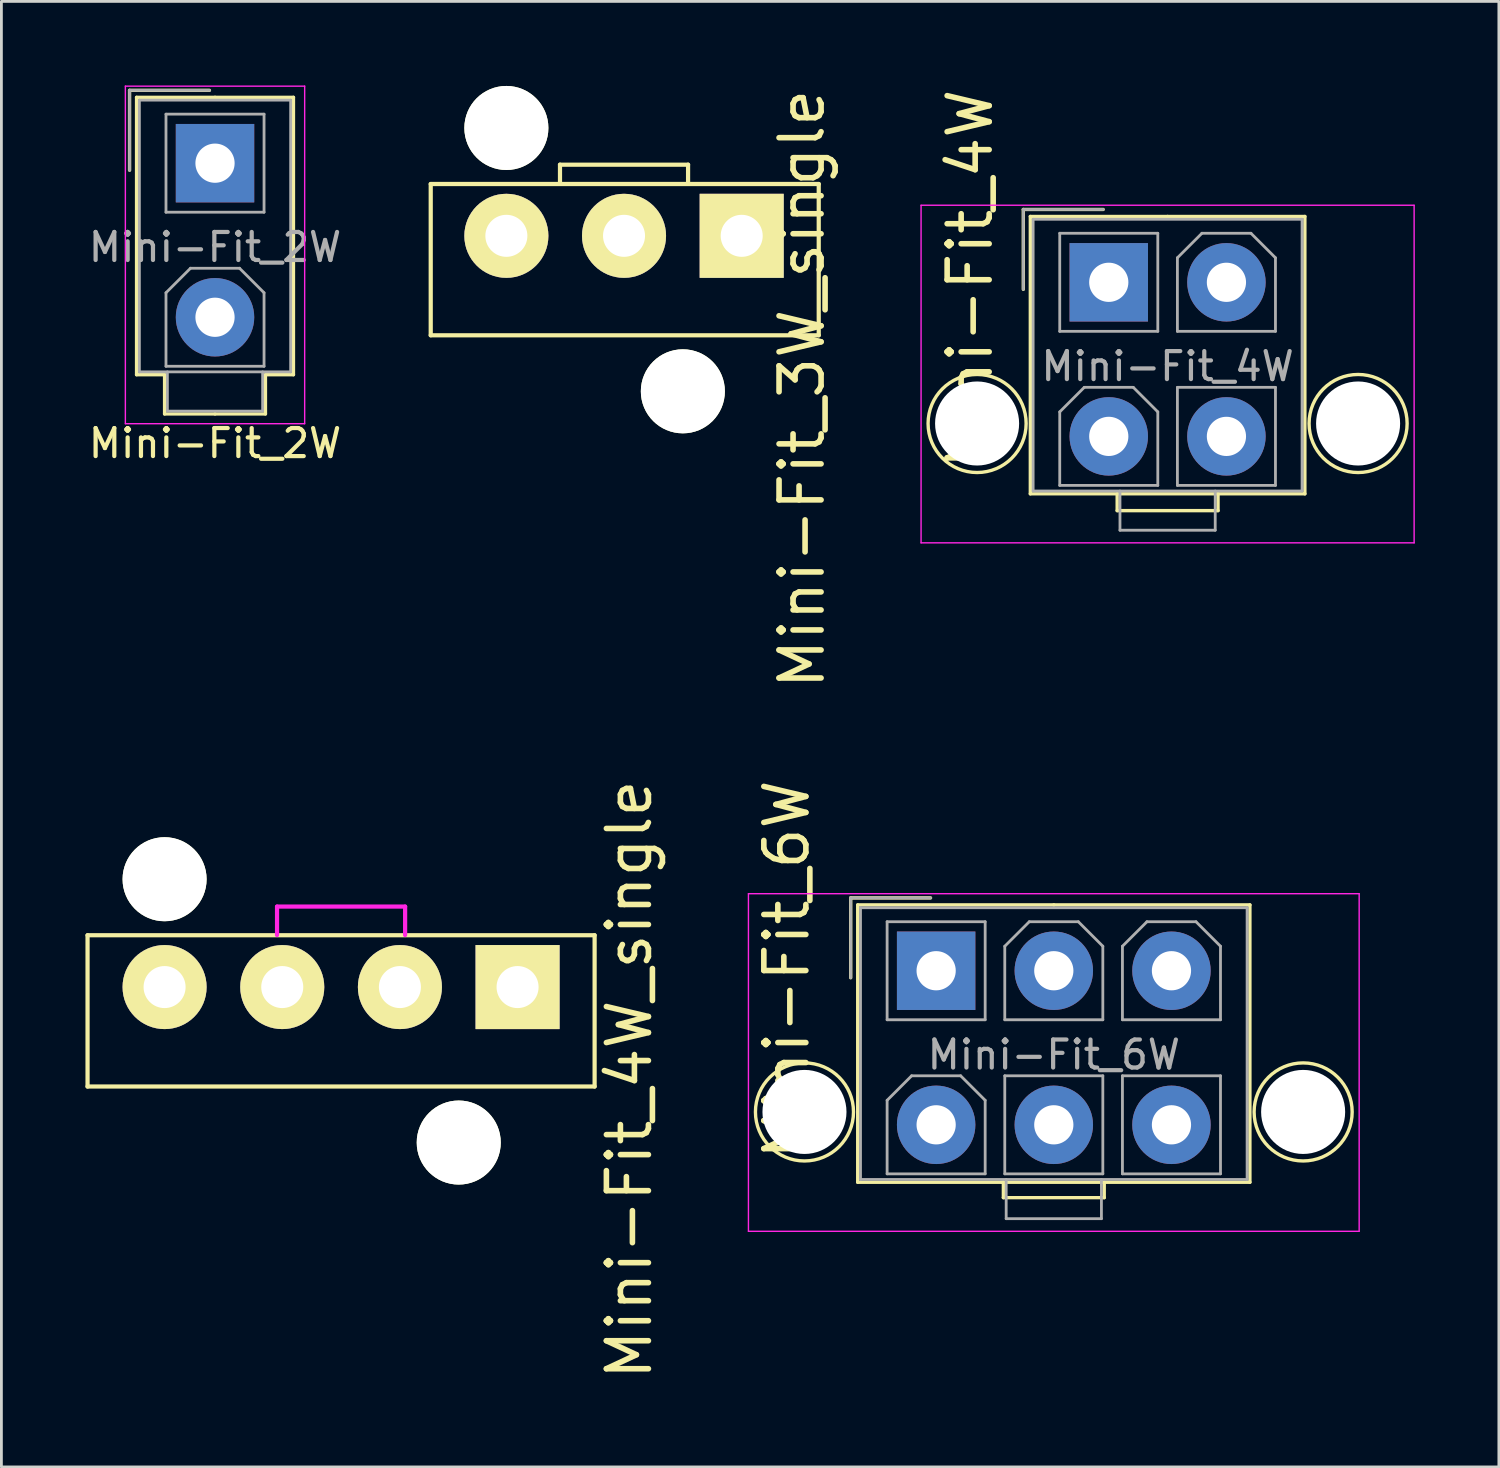
<source format=kicad_pcb>
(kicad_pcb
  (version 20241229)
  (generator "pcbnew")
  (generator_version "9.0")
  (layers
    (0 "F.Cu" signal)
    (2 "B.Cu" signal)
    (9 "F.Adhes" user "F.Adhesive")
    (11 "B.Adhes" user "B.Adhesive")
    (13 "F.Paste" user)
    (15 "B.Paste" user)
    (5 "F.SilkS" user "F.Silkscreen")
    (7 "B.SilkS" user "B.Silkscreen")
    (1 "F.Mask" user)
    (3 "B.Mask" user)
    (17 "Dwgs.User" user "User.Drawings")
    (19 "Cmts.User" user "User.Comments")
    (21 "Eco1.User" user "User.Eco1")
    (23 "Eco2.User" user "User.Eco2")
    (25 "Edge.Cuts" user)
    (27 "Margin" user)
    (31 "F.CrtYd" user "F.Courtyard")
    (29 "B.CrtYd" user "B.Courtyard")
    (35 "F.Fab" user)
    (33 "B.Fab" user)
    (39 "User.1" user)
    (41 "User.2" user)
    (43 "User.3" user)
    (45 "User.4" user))
  (footprint "Mini-Fit_2W"
    (layer "F.Cu")
    (at 4.625 2.775)
    (property "Reference" "Mini-Fit_2W" (at 0 10 0) (layer "F.SilkS") (effects (font (size 1 1) (thickness 0.15))))
    (attr through_hole)
    (fp_line (start -3.05 -2.6) (end -3.05 0.25) (stroke (width 0.12) (type solid)) (layer "F.SilkS"))
    (fp_line (start -2.8 -2.35) (end -2.8 7.55) (stroke (width 0.12) (type solid)) (layer "F.SilkS"))
    (fp_line (start -2.8 7.55) (end -1.8 7.55) (stroke (width 0.12) (type solid)) (layer "F.SilkS"))
    (fp_line (start -1.8 7.55) (end -1.8 8.95) (stroke (width 0.12) (type solid)) (layer "F.SilkS"))
    (fp_line (start -1.8 8.95) (end 0 8.95) (stroke (width 0.12) (type solid)) (layer "F.SilkS"))
    (fp_line (start -0.2 -2.6) (end -3.05 -2.6) (stroke (width 0.12) (type solid)) (layer "F.SilkS"))
    (fp_line (start 0 -2.35) (end -2.8 -2.35) (stroke (width 0.12) (type solid)) (layer "F.SilkS"))
    (fp_line (start 0 -2.35) (end 2.8 -2.35) (stroke (width 0.12) (type solid)) (layer "F.SilkS"))
    (fp_line (start 1.8 7.55) (end 1.8 8.95) (stroke (width 0.12) (type solid)) (layer "F.SilkS"))
    (fp_line (start 1.8 8.95) (end 0 8.95) (stroke (width 0.12) (type solid)) (layer "F.SilkS"))
    (fp_line (start 2.8 -2.35) (end 2.8 7.55) (stroke (width 0.12) (type solid)) (layer "F.SilkS"))
    (fp_line (start 2.8 7.55) (end 1.8 7.55) (stroke (width 0.12) (type solid)) (layer "F.SilkS"))
    (fp_line (start -3.2 -2.75) (end -3.2 9.3) (stroke (width 0.05) (type solid)) (layer "F.CrtYd"))
    (fp_line (start -3.2 9.3) (end 3.2 9.3) (stroke (width 0.05) (type solid)) (layer "F.CrtYd"))
    (fp_line (start 3.2 -2.75) (end -3.2 -2.75) (stroke (width 0.05) (type solid)) (layer "F.CrtYd"))
    (fp_line (start 3.2 9.3) (end 3.2 -2.75) (stroke (width 0.05) (type solid)) (layer "F.CrtYd"))
    (fp_line (start -3.05 -2.6) (end -3.05 0.25) (stroke (width 0.1) (type solid)) (layer "F.Fab"))
    (fp_line (start -2.7 -2.25) (end -2.7 7.45) (stroke (width 0.1) (type solid)) (layer "F.Fab"))
    (fp_line (start -2.7 7.45) (end 2.7 7.45) (stroke (width 0.1) (type solid)) (layer "F.Fab"))
    (fp_line (start -1.75 -1.75) (end -1.75 1.75) (stroke (width 0.1) (type solid)) (layer "F.Fab"))
    (fp_line (start -1.75 1.75) (end 1.75 1.75) (stroke (width 0.1) (type solid)) (layer "F.Fab"))
    (fp_line (start -1.75 4.625) (end -0.875 3.75) (stroke (width 0.1) (type solid)) (layer "F.Fab"))
    (fp_line (start -1.75 7.25) (end -1.75 4.625) (stroke (width 0.1) (type solid)) (layer "F.Fab"))
    (fp_line (start -1.7 7.45) (end -1.7 8.85) (stroke (width 0.1) (type solid)) (layer "F.Fab"))
    (fp_line (start -1.7 8.85) (end 1.7 8.85) (stroke (width 0.1) (type solid)) (layer "F.Fab"))
    (fp_line (start -0.875 3.75) (end 0.875 3.75) (stroke (width 0.1) (type solid)) (layer "F.Fab"))
    (fp_line (start -0.2 -2.6) (end -3.05 -2.6) (stroke (width 0.1) (type solid)) (layer "F.Fab"))
    (fp_line (start 0.875 3.75) (end 1.75 4.625) (stroke (width 0.1) (type solid)) (layer "F.Fab"))
    (fp_line (start 1.7 8.85) (end 1.7 7.45) (stroke (width 0.1) (type solid)) (layer "F.Fab"))
    (fp_line (start 1.75 -1.75) (end -1.75 -1.75) (stroke (width 0.1) (type solid)) (layer "F.Fab"))
    (fp_line (start 1.75 1.75) (end 1.75 -1.75) (stroke (width 0.1) (type solid)) (layer "F.Fab"))
    (fp_line (start 1.75 4.625) (end 1.75 7.25) (stroke (width 0.1) (type solid)) (layer "F.Fab"))
    (fp_line (start 1.75 7.25) (end -1.75 7.25) (stroke (width 0.1) (type solid)) (layer "F.Fab"))
    (fp_line (start 2.7 -2.25) (end -2.7 -2.25) (stroke (width 0.1) (type solid)) (layer "F.Fab"))
    (fp_line (start 2.7 7.45) (end 2.7 -2.25) (stroke (width 0.1) (type solid)) (layer "F.Fab"))
    (fp_text user "${REFERENCE}" (at 0 3 0) (layer "F.Fab") (effects (font (size 1 1) (thickness 0.15))))
    (pad "1" thru_hole rect (at 0 0) (size 2.8 2.8) (drill 1.4) (layers "*.Cu" "*.Mask"))
    (pad "2" thru_hole circle (at 0 5.5) (size 2.8 2.8) (drill 1.4) (layers "*.Cu" "*.Mask")))
  (footprint "Mini-Fit_3W_single"
    (layer "F.Cu")
    (at 19.225 5.368)
    (property "Reference" "Mini-Fit_3W_single" (at 6.35 5.461 270) (layer "F.SilkS") (effects (font (size 1.5 1.5) (thickness 0.2))))
    (attr through_hole)
    (fp_line (start -6.9 -1.85) (end 6.95 -1.85) (stroke (width 0.15) (type solid)) (layer "F.SilkS"))
    (fp_line (start -6.9 3.55) (end -6.9 -1.85) (stroke (width 0.15) (type solid)) (layer "F.SilkS"))
    (fp_line (start -6.9 3.55) (end 6.95 3.55) (stroke (width 0.15) (type solid)) (layer "F.SilkS"))
    (fp_line (start -2.286 -2.54) (end 2.286 -2.54) (stroke (width 0.15) (type solid)) (layer "F.SilkS"))
    (fp_line (start -2.286 -1.857) (end -2.286 -2.54) (stroke (width 0.15) (type solid)) (layer "F.SilkS"))
    (fp_line (start 2.286 -2.54) (end 2.286 -1.857) (stroke (width 0.15) (type solid)) (layer "F.SilkS"))
    (fp_line (start 6.95 3.55) (end 6.95 -1.85) (stroke (width 0.15) (type solid)) (layer "F.SilkS"))
    (pad "" np_thru_hole circle (at -4.2 -3.85) (size 3 3) (drill 3) (layers "*.Cu" "*.Mask" "F.SilkS"))
    (pad "" np_thru_hole circle (at 2.1 5.55) (size 3 3) (drill 3) (layers "*.Cu" "*.Mask" "F.SilkS"))
    (pad "1" thru_hole rect (at 4.2 0) (size 3 3) (drill 1.5) (layers "*.Cu" "*.Mask" "F.SilkS"))
    (pad "2" thru_hole circle (at 0 0) (size 3 3) (drill 1.5) (layers "*.Cu" "*.Mask" "F.SilkS"))
    (pad "3" thru_hole circle (at -4.2 0) (size 3 3) (drill 1.5) (layers "*.Cu" "*.Mask" "F.SilkS")))
  (footprint "Mini-Fit_4W"
    (layer "F.Cu")
    (at 36.528 7.027)
    (property "Reference" "Mini-Fit_4W" (at -4.953 -0.127 90) (layer "F.SilkS") (effects (font (size 1.5 1.5) (thickness 0.2))))
    (attr through_hole)
    (fp_line (start -3.05 -2.6) (end -3.05 0.25) (stroke (width 0.12) (type solid)) (layer "F.SilkS"))
    (fp_line (start -2.8 -2.35) (end -2.8 7.55) (stroke (width 0.12) (type solid)) (layer "F.SilkS"))
    (fp_line (start -0.2 -2.6) (end -3.05 -2.6) (stroke (width 0.12) (type solid)) (layer "F.SilkS"))
    (fp_line (start 0.3 7.55) (end 0.3 8.15) (stroke (width 0.12) (type solid)) (layer "F.SilkS"))
    (fp_line (start 0.3 8.15) (end 3.9 8.15) (stroke (width 0.12) (type solid)) (layer "F.SilkS"))
    (fp_line (start 2.1 -2.35) (end -2.8 -2.35) (stroke (width 0.12) (type solid)) (layer "F.SilkS"))
    (fp_line (start 2.1 -2.35) (end 7 -2.35) (stroke (width 0.12) (type solid)) (layer "F.SilkS"))
    (fp_line (start 3.9 7.55) (end 3.9 8.15) (stroke (width 0.12) (type solid)) (layer "F.SilkS"))
    (fp_line (start 7 -2.35) (end 7 7.55) (stroke (width 0.12) (type solid)) (layer "F.SilkS"))
    (fp_line (start 7 7.55) (end -2.8 7.55) (stroke (width 0.12) (type solid)) (layer "F.SilkS"))
    (fp_circle (center -4.7 5.04) (end -2.95 5.04) (stroke (width 0.12) (type solid)) (fill no) (layer "F.SilkS"))
    (fp_circle (center 8.9 5.04) (end 10.65 5.04) (stroke (width 0.12) (type solid)) (fill no) (layer "F.SilkS"))
    (fp_line (start -6.7 -2.75) (end -6.7 9.3) (stroke (width 0.05) (type solid)) (layer "F.CrtYd"))
    (fp_line (start -6.7 9.3) (end 10.9 9.3) (stroke (width 0.05) (type solid)) (layer "F.CrtYd"))
    (fp_line (start 10.9 -2.75) (end -6.7 -2.75) (stroke (width 0.05) (type solid)) (layer "F.CrtYd"))
    (fp_line (start 10.9 9.3) (end 10.9 -2.75) (stroke (width 0.05) (type solid)) (layer "F.CrtYd"))
    (fp_line (start -3.05 -2.6) (end -3.05 0.25) (stroke (width 0.1) (type solid)) (layer "F.Fab"))
    (fp_line (start -2.7 -2.25) (end -2.7 7.45) (stroke (width 0.1) (type solid)) (layer "F.Fab"))
    (fp_line (start -2.7 7.45) (end 6.9 7.45) (stroke (width 0.1) (type solid)) (layer "F.Fab"))
    (fp_line (start -1.75 -1.75) (end -1.75 1.75) (stroke (width 0.1) (type solid)) (layer "F.Fab"))
    (fp_line (start -1.75 1.75) (end 1.75 1.75) (stroke (width 0.1) (type solid)) (layer "F.Fab"))
    (fp_line (start -1.75 4.625) (end -0.875 3.75) (stroke (width 0.1) (type solid)) (layer "F.Fab"))
    (fp_line (start -1.75 7.25) (end -1.75 4.625) (stroke (width 0.1) (type solid)) (layer "F.Fab"))
    (fp_line (start -0.875 3.75) (end 0.875 3.75) (stroke (width 0.1) (type solid)) (layer "F.Fab"))
    (fp_line (start -0.2 -2.6) (end -3.05 -2.6) (stroke (width 0.1) (type solid)) (layer "F.Fab"))
    (fp_line (start 0.4 7.45) (end 0.4 8.85) (stroke (width 0.1) (type solid)) (layer "F.Fab"))
    (fp_line (start 0.4 8.85) (end 3.8 8.85) (stroke (width 0.1) (type solid)) (layer "F.Fab"))
    (fp_line (start 0.875 3.75) (end 1.75 4.625) (stroke (width 0.1) (type solid)) (layer "F.Fab"))
    (fp_line (start 1.75 -1.75) (end -1.75 -1.75) (stroke (width 0.1) (type solid)) (layer "F.Fab"))
    (fp_line (start 1.75 1.75) (end 1.75 -1.75) (stroke (width 0.1) (type solid)) (layer "F.Fab"))
    (fp_line (start 1.75 4.625) (end 1.75 7.25) (stroke (width 0.1) (type solid)) (layer "F.Fab"))
    (fp_line (start 1.75 7.25) (end -1.75 7.25) (stroke (width 0.1) (type solid)) (layer "F.Fab"))
    (fp_line (start 2.45 -0.875) (end 3.325 -1.75) (stroke (width 0.1) (type solid)) (layer "F.Fab"))
    (fp_line (start 2.45 1.75) (end 2.45 -0.875) (stroke (width 0.1) (type solid)) (layer "F.Fab"))
    (fp_line (start 2.45 3.75) (end 2.45 7.25) (stroke (width 0.1) (type solid)) (layer "F.Fab"))
    (fp_line (start 2.45 7.25) (end 5.95 7.25) (stroke (width 0.1) (type solid)) (layer "F.Fab"))
    (fp_line (start 3.325 -1.75) (end 5.075 -1.75) (stroke (width 0.1) (type solid)) (layer "F.Fab"))
    (fp_line (start 3.8 8.85) (end 3.8 7.45) (stroke (width 0.1) (type solid)) (layer "F.Fab"))
    (fp_line (start 5.075 -1.75) (end 5.95 -0.875) (stroke (width 0.1) (type solid)) (layer "F.Fab"))
    (fp_line (start 5.95 -0.875) (end 5.95 1.75) (stroke (width 0.1) (type solid)) (layer "F.Fab"))
    (fp_line (start 5.95 1.75) (end 2.45 1.75) (stroke (width 0.1) (type solid)) (layer "F.Fab"))
    (fp_line (start 5.95 3.75) (end 2.45 3.75) (stroke (width 0.1) (type solid)) (layer "F.Fab"))
    (fp_line (start 5.95 7.25) (end 5.95 3.75) (stroke (width 0.1) (type solid)) (layer "F.Fab"))
    (fp_line (start 6.9 -2.25) (end -2.7 -2.25) (stroke (width 0.1) (type solid)) (layer "F.Fab"))
    (fp_line (start 6.9 7.45) (end 6.9 -2.25) (stroke (width 0.1) (type solid)) (layer "F.Fab"))
    (fp_text user "${REFERENCE}" (at 2.1 3 0) (layer "F.Fab") (effects (font (size 1 1) (thickness 0.15))))
    (pad "" np_thru_hole circle (at -4.7 5.04) (size 3 3) (drill 3) (layers "*.Cu" "*.Mask"))
    (pad "" np_thru_hole circle (at 8.9 5.04) (size 3 3) (drill 3) (layers "*.Cu" "*.Mask"))
    (pad "1" thru_hole rect (at 0 0) (size 2.8 2.8) (drill 1.4) (layers "*.Cu" "*.Mask"))
    (pad "2" thru_hole circle (at 4.2 0) (size 2.8 2.8) (drill 1.4) (layers "*.Cu" "*.Mask"))
    (pad "3" thru_hole circle (at 0 5.5) (size 2.8 2.8) (drill 1.4) (layers "*.Cu" "*.Mask"))
    (pad "4" thru_hole circle (at 4.2 5.5) (size 2.8 2.8) (drill 1.4) (layers "*.Cu" "*.Mask")))
  (footprint "Mini-Fit_4W_single"
    (layer "F.Cu")
    (at 9.125 32.184)
    (property "Reference" "Mini-Fit_4W_single" (at 10.287 3.302 270) (layer "F.SilkS") (effects (font (size 1.5 1.5) (thickness 0.2))))
    (attr through_hole)
    (fp_line (start -9.05 -1.85) (end 9.05 -1.85) (stroke (width 0.15) (type solid)) (layer "F.SilkS"))
    (fp_line (start -9.05 3.55) (end -9.05 -1.85) (stroke (width 0.15) (type solid)) (layer "F.SilkS"))
    (fp_line (start -9.05 3.55) (end 9.05 3.55) (stroke (width 0.15) (type solid)) (layer "F.SilkS"))
    (fp_line (start 9.05 3.55) (end 9.05 -1.85) (stroke (width 0.15) (type solid)) (layer "F.SilkS"))
    (fp_line (start -2.286 -2.873) (end 2.286 -2.873) (stroke (width 0.15) (type solid)) (layer "F.CrtYd"))
    (fp_line (start -2.286 -1.857) (end -2.286 -2.873) (stroke (width 0.15) (type solid)) (layer "F.CrtYd"))
    (fp_line (start 2.286 -2.873) (end 2.286 -1.857) (stroke (width 0.15) (type solid)) (layer "F.CrtYd"))
    (pad "" np_thru_hole circle (at -6.3 -3.85) (size 3 3) (drill 3) (layers "*.Cu" "*.Mask" "F.SilkS"))
    (pad "" np_thru_hole circle (at 4.2 5.55) (size 3 3) (drill 3) (layers "*.Cu" "*.Mask" "F.SilkS"))
    (pad "1" thru_hole rect (at 6.3 0) (size 3 3) (drill 1.5) (layers "*.Cu" "*.Mask" "F.SilkS"))
    (pad "2" thru_hole circle (at 2.1 0) (size 3 3) (drill 1.5) (layers "*.Cu" "*.Mask" "F.SilkS"))
    (pad "3" thru_hole circle (at -2.1 0) (size 3 3) (drill 1.5) (layers "*.Cu" "*.Mask" "F.SilkS"))
    (pad "4" thru_hole circle (at -6.3 0) (size 3 3) (drill 1.5) (layers "*.Cu" "*.Mask" "F.SilkS")))
  (footprint "Mini-Fit_6W"
    (layer "F.Cu")
    (at 30.366 31.601)
    (property "Reference" "Mini-Fit_6W" (at -5.334 -0.044 90) (layer "F.SilkS") (effects (font (size 1.5 1.5) (thickness 0.2))))
    (attr through_hole)
    (fp_line (start -3.05 -2.6) (end -3.05 0.25) (stroke (width 0.12) (type solid)) (layer "F.SilkS"))
    (fp_line (start -2.8 -2.35) (end -2.8 7.55) (stroke (width 0.12) (type solid)) (layer "F.SilkS"))
    (fp_line (start -2.8 7.55) (end 2.4 7.55) (stroke (width 0.12) (type solid)) (layer "F.SilkS"))
    (fp_line (start -0.2 -2.6) (end -3.05 -2.6) (stroke (width 0.12) (type solid)) (layer "F.SilkS"))
    (fp_line (start 2.4 7.55) (end 2.4 8.1) (stroke (width 0.12) (type solid)) (layer "F.SilkS"))
    (fp_line (start 4.2 -2.35) (end -2.8 -2.35) (stroke (width 0.12) (type solid)) (layer "F.SilkS"))
    (fp_line (start 4.2 -2.35) (end 11.2 -2.35) (stroke (width 0.12) (type solid)) (layer "F.SilkS"))
    (fp_line (start 6 7.55) (end 6 8.1) (stroke (width 0.12) (type solid)) (layer "F.SilkS"))
    (fp_line (start 6 8.1) (end 2.4 8.1) (stroke (width 0.12) (type solid)) (layer "F.SilkS"))
    (fp_line (start 11.2 -2.35) (end 11.2 7.55) (stroke (width 0.12) (type solid)) (layer "F.SilkS"))
    (fp_line (start 11.2 7.55) (end 2.35 7.55) (stroke (width 0.12) (type solid)) (layer "F.SilkS"))
    (fp_circle (center -4.7 5.04) (end -2.95 5.04) (stroke (width 0.12) (type solid)) (fill no) (layer "F.SilkS"))
    (fp_circle (center 13.1 5.04) (end 14.85 5.04) (stroke (width 0.12) (type solid)) (fill no) (layer "F.SilkS"))
    (fp_line (start -6.7 -2.75) (end -6.7 9.3) (stroke (width 0.05) (type solid)) (layer "F.CrtYd"))
    (fp_line (start -6.7 9.3) (end 15.1 9.3) (stroke (width 0.05) (type solid)) (layer "F.CrtYd"))
    (fp_line (start 15.1 -2.75) (end -6.7 -2.75) (stroke (width 0.05) (type solid)) (layer "F.CrtYd"))
    (fp_line (start 15.1 9.3) (end 15.1 -2.75) (stroke (width 0.05) (type solid)) (layer "F.CrtYd"))
    (fp_line (start -3.05 -2.6) (end -3.05 0.25) (stroke (width 0.1) (type solid)) (layer "F.Fab"))
    (fp_line (start -2.7 -2.25) (end -2.7 7.45) (stroke (width 0.1) (type solid)) (layer "F.Fab"))
    (fp_line (start -2.7 7.45) (end 11.1 7.45) (stroke (width 0.1) (type solid)) (layer "F.Fab"))
    (fp_line (start -1.75 -1.75) (end -1.75 1.75) (stroke (width 0.1) (type solid)) (layer "F.Fab"))
    (fp_line (start -1.75 1.75) (end 1.75 1.75) (stroke (width 0.1) (type solid)) (layer "F.Fab"))
    (fp_line (start -1.75 4.625) (end -0.875 3.75) (stroke (width 0.1) (type solid)) (layer "F.Fab"))
    (fp_line (start -1.75 7.25) (end -1.75 4.625) (stroke (width 0.1) (type solid)) (layer "F.Fab"))
    (fp_line (start -0.875 3.75) (end 0.875 3.75) (stroke (width 0.1) (type solid)) (layer "F.Fab"))
    (fp_line (start -0.2 -2.6) (end -3.05 -2.6) (stroke (width 0.1) (type solid)) (layer "F.Fab"))
    (fp_line (start 0.875 3.75) (end 1.75 4.625) (stroke (width 0.1) (type solid)) (layer "F.Fab"))
    (fp_line (start 1.75 -1.75) (end -1.75 -1.75) (stroke (width 0.1) (type solid)) (layer "F.Fab"))
    (fp_line (start 1.75 1.75) (end 1.75 -1.75) (stroke (width 0.1) (type solid)) (layer "F.Fab"))
    (fp_line (start 1.75 4.625) (end 1.75 7.25) (stroke (width 0.1) (type solid)) (layer "F.Fab"))
    (fp_line (start 1.75 7.25) (end -1.75 7.25) (stroke (width 0.1) (type solid)) (layer "F.Fab"))
    (fp_line (start 2.45 -0.875) (end 3.325 -1.75) (stroke (width 0.1) (type solid)) (layer "F.Fab"))
    (fp_line (start 2.45 1.75) (end 2.45 -0.875) (stroke (width 0.1) (type solid)) (layer "F.Fab"))
    (fp_line (start 2.45 3.75) (end 2.45 7.25) (stroke (width 0.1) (type solid)) (layer "F.Fab"))
    (fp_line (start 2.45 7.25) (end 5.95 7.25) (stroke (width 0.1) (type solid)) (layer "F.Fab"))
    (fp_line (start 2.5 7.45) (end 2.5 8.85) (stroke (width 0.1) (type solid)) (layer "F.Fab"))
    (fp_line (start 2.5 8.85) (end 5.9 8.85) (stroke (width 0.1) (type solid)) (layer "F.Fab"))
    (fp_line (start 3.325 -1.75) (end 5.075 -1.75) (stroke (width 0.1) (type solid)) (layer "F.Fab"))
    (fp_line (start 5.075 -1.75) (end 5.95 -0.875) (stroke (width 0.1) (type solid)) (layer "F.Fab"))
    (fp_line (start 5.9 8.85) (end 5.9 7.45) (stroke (width 0.1) (type solid)) (layer "F.Fab"))
    (fp_line (start 5.95 -0.875) (end 5.95 1.75) (stroke (width 0.1) (type solid)) (layer "F.Fab"))
    (fp_line (start 5.95 1.75) (end 2.45 1.75) (stroke (width 0.1) (type solid)) (layer "F.Fab"))
    (fp_line (start 5.95 3.75) (end 2.45 3.75) (stroke (width 0.1) (type solid)) (layer "F.Fab"))
    (fp_line (start 5.95 7.25) (end 5.95 3.75) (stroke (width 0.1) (type solid)) (layer "F.Fab"))
    (fp_line (start 6.65 -0.875) (end 7.525 -1.75) (stroke (width 0.1) (type solid)) (layer "F.Fab"))
    (fp_line (start 6.65 1.75) (end 6.65 -0.875) (stroke (width 0.1) (type solid)) (layer "F.Fab"))
    (fp_line (start 6.65 3.75) (end 6.65 7.25) (stroke (width 0.1) (type solid)) (layer "F.Fab"))
    (fp_line (start 6.65 7.25) (end 10.15 7.25) (stroke (width 0.1) (type solid)) (layer "F.Fab"))
    (fp_line (start 7.525 -1.75) (end 9.275 -1.75) (stroke (width 0.1) (type solid)) (layer "F.Fab"))
    (fp_line (start 9.275 -1.75) (end 10.15 -0.875) (stroke (width 0.1) (type solid)) (layer "F.Fab"))
    (fp_line (start 10.15 -0.875) (end 10.15 1.75) (stroke (width 0.1) (type solid)) (layer "F.Fab"))
    (fp_line (start 10.15 1.75) (end 6.65 1.75) (stroke (width 0.1) (type solid)) (layer "F.Fab"))
    (fp_line (start 10.15 3.75) (end 6.65 3.75) (stroke (width 0.1) (type solid)) (layer "F.Fab"))
    (fp_line (start 10.15 7.25) (end 10.15 3.75) (stroke (width 0.1) (type solid)) (layer "F.Fab"))
    (fp_line (start 11.1 -2.25) (end -2.7 -2.25) (stroke (width 0.1) (type solid)) (layer "F.Fab"))
    (fp_line (start 11.1 7.45) (end 11.1 -2.25) (stroke (width 0.1) (type solid)) (layer "F.Fab"))
    (fp_text user "${REFERENCE}" (at 4.2 3 0) (layer "F.Fab") (effects (font (size 1 1) (thickness 0.15))))
    (pad "" np_thru_hole circle (at -4.7 5.04) (size 3 3) (drill 3) (layers "*.Cu" "*.Mask"))
    (pad "" np_thru_hole circle (at 13.1 5.04) (size 3 3) (drill 3) (layers "*.Cu" "*.Mask"))
    (pad "1" thru_hole rect (at 0 0) (size 2.8 2.8) (drill 1.4) (layers "*.Cu" "*.Mask"))
    (pad "2" thru_hole circle (at 4.2 0) (size 2.8 2.8) (drill 1.4) (layers "*.Cu" "*.Mask"))
    (pad "3" thru_hole circle (at 8.4 0) (size 2.8 2.8) (drill 1.4) (layers "*.Cu" "*.Mask"))
    (pad "4" thru_hole circle (at 0 5.5) (size 2.8 2.8) (drill 1.4) (layers "*.Cu" "*.Mask"))
    (pad "5" thru_hole circle (at 4.2 5.5) (size 2.8 2.8) (drill 1.4) (layers "*.Cu" "*.Mask"))
    (pad "6" thru_hole circle (at 8.4 5.5) (size 2.8 2.8) (drill 1.4) (layers "*.Cu" "*.Mask")))
  (gr_rect
    (start -3 -3)
    (end 50.453 49.314)
    (stroke (width 0.1) (type default))
    (fill no)
    (layer "Edge.Cuts")))
</source>
